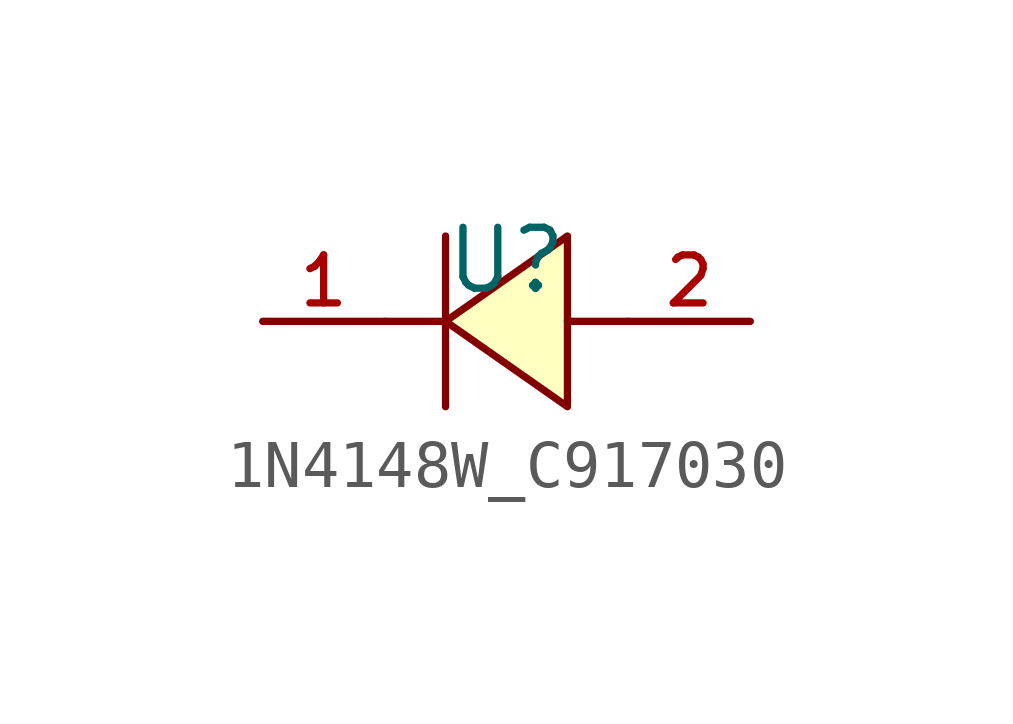
<source format=kicad_sym>
(kicad_symbol_lib
  (version 20210201)
  (generator TousstNicolas/JLC2KiCad_lib)
  (symbol "1N4148W_C917030"
    (pin_names hide)
    (property "Reference" "U"
      (at 0 1.27 0)
      (effects (font (size 1.27 1.27))))
    (symbol "1N4148W_C917030_0_1"
      (pin unspecified line (at 5.08 -0.0 180) (length 2.54) (name "A" (effects (font (size 1 1)))) (number "2" (effects (font (size 1 1)))))
      (pin unspecified line (at -5.08 -0.0 0) (length 2.54) (name "C" (effects (font (size 1 1)))) (number "1" (effects (font (size 1 1)))))
      (polyline (pts (xy -1.27 -0.0) (xy -2.54 -0.0)) (stroke (width 0) (type default) (color 0 0 0 0)) (fill (type none)))
      (polyline (pts (xy 2.54 -0.0) (xy 1.27 -0.0)) (stroke (width 0) (type default) (color 0 0 0 0)) (fill (type none)))
      (polyline (pts (xy -1.27 1.778) (xy -1.27 -1.778)) (stroke (width 0) (type default) (color 0 0 0 0)) (fill (type none)))
      (polyline (pts (xy 1.27 1.778) (xy -1.27 -0.0) (xy 1.27 -1.778) (xy 1.27 1.778)) (stroke (width 0) (type default) (color 0 0 0 0)) (fill (type background))))))
</source>
